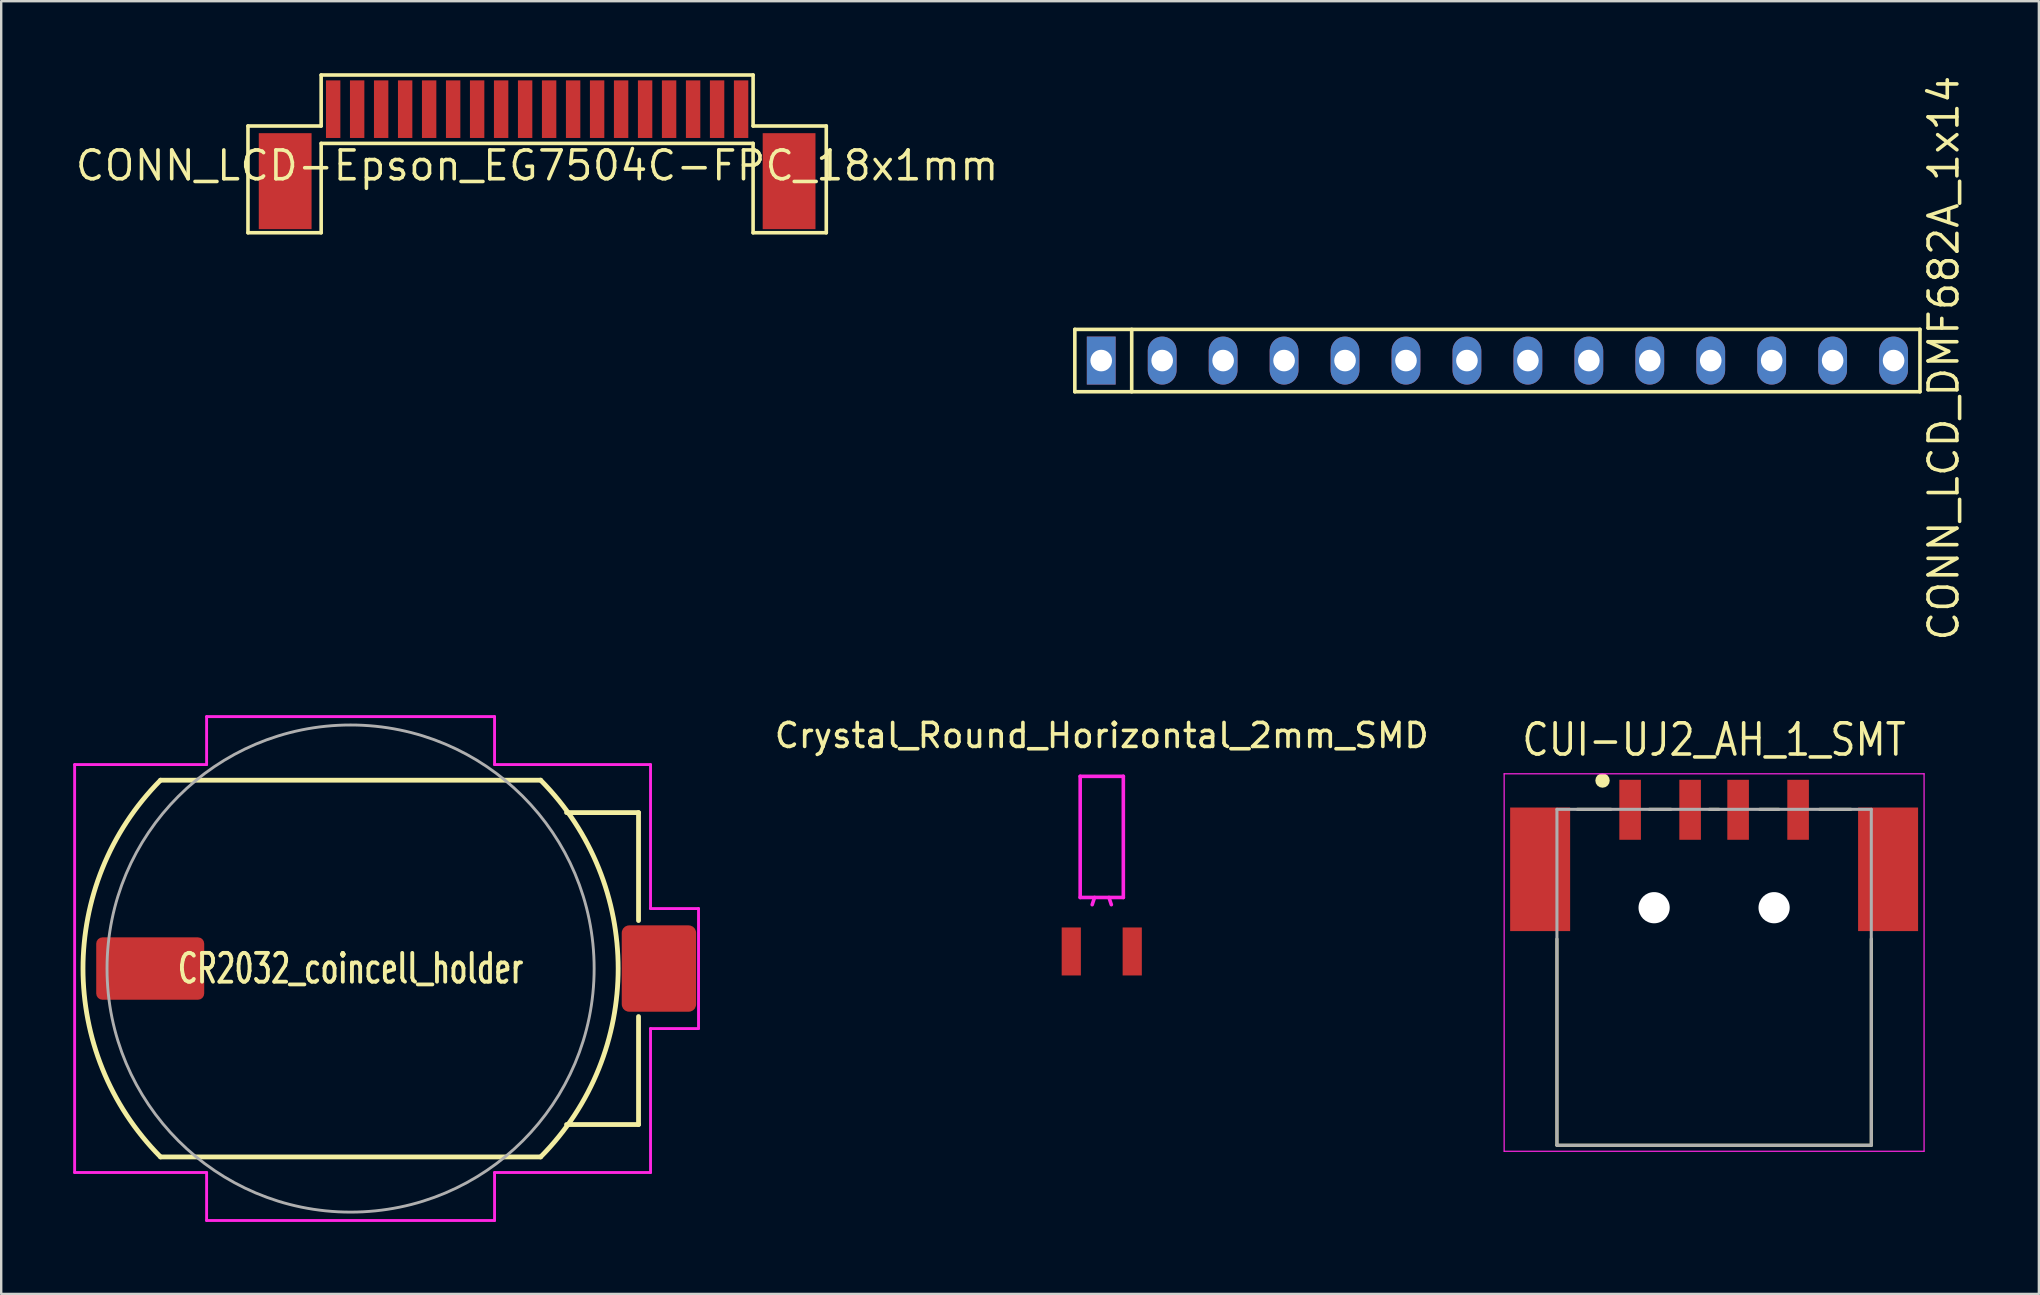
<source format=kicad_pcb>
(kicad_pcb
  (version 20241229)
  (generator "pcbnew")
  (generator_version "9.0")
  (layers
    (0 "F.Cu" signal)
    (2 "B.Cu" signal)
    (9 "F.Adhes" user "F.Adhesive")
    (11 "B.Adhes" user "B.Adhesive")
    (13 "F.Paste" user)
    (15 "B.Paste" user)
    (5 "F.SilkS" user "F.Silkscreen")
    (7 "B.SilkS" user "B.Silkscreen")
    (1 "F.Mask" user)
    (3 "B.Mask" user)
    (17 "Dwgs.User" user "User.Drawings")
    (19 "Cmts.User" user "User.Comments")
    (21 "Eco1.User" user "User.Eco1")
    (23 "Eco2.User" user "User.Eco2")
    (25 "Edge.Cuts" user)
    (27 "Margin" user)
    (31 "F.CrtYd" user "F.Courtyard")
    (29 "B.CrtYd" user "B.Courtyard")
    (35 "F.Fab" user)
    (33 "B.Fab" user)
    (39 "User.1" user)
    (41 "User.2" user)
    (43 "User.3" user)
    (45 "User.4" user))
  (footprint "CR2032_coincell_holder"
    (layer "F.Cu")
    (at 11.56 37.313)
    (property "Reference" "CR2032_coincell_holder" (at 0 0 0) (layer "F.SilkS") (effects (font (size 1.2 0.8) (thickness 0.16))))
    (attr smd)
    (fp_line (start -7.92 -7.85) (end 7.92 -7.85) (stroke (width 0.2) (type solid)) (layer "F.SilkS"))
    (fp_line (start -7.92 7.85) (end 7.92 7.85) (stroke (width 0.2) (type solid)) (layer "F.SilkS"))
    (fp_line (start 12 -6.5) (end 9 -6.5) (stroke (width 0.2) (type solid)) (layer "F.SilkS"))
    (fp_line (start 12 -6.5) (end 12 -2) (stroke (width 0.2) (type solid)) (layer "F.SilkS"))
    (fp_line (start 12 6.5) (end 9 6.5) (stroke (width 0.2) (type solid)) (layer "F.SilkS"))
    (fp_line (start 12 6.5) (end 12 2) (stroke (width 0.2) (type solid)) (layer "F.SilkS"))
    (fp_arc (start -7.918815 7.851195) (mid -11.151183 0.000841) (end -7.92 -7.85) (stroke (width 0.2) (type solid)) (layer "F.SilkS"))
    (fp_arc (start 7.918815 -7.851195) (mid 11.151183 -0.000841) (end 7.92 7.85) (stroke (width 0.2) (type solid)) (layer "F.SilkS"))
    (fp_line (start -11.5 -8.5) (end -6 -8.5) (stroke (width 0.12) (type solid)) (layer "F.CrtYd"))
    (fp_line (start -11.5 8.5) (end -11.5 -8.5) (stroke (width 0.12) (type solid)) (layer "F.CrtYd"))
    (fp_line (start -11.5 8.5) (end -6 8.5) (stroke (width 0.12) (type solid)) (layer "F.CrtYd"))
    (fp_line (start -6 -10.5) (end -6 -8.5) (stroke (width 0.12) (type solid)) (layer "F.CrtYd"))
    (fp_line (start -6 8.5) (end -6 10.5) (stroke (width 0.12) (type solid)) (layer "F.CrtYd"))
    (fp_line (start -6 10.5) (end 6 10.5) (stroke (width 0.12) (type solid)) (layer "F.CrtYd"))
    (fp_line (start 6 -10.5) (end -6 -10.5) (stroke (width 0.12) (type solid)) (layer "F.CrtYd"))
    (fp_line (start 6 -8.5) (end 6 -10.5) (stroke (width 0.12) (type solid)) (layer "F.CrtYd"))
    (fp_line (start 6 -8.5) (end 12.5 -8.5) (stroke (width 0.12) (type solid)) (layer "F.CrtYd"))
    (fp_line (start 6 10.5) (end 6 8.5) (stroke (width 0.12) (type solid)) (layer "F.CrtYd"))
    (fp_line (start 12.5 -2.5) (end 12.5 -8.5) (stroke (width 0.12) (type solid)) (layer "F.CrtYd"))
    (fp_line (start 12.5 2.5) (end 12.5 8.5) (stroke (width 0.12) (type solid)) (layer "F.CrtYd"))
    (fp_line (start 12.5 8.5) (end 6 8.5) (stroke (width 0.12) (type solid)) (layer "F.CrtYd"))
    (fp_line (start 14.5 -2.5) (end 12.5 -2.5) (stroke (width 0.12) (type solid)) (layer "F.CrtYd"))
    (fp_line (start 14.5 -2.5) (end 14.5 2.5) (stroke (width 0.12) (type solid)) (layer "F.CrtYd"))
    (fp_line (start 14.5 2.5) (end 12.5 2.5) (stroke (width 0.12) (type solid)) (layer "F.CrtYd"))
    (fp_circle (center 0 0) (end 10.15 0) (stroke (width 0.12) (type solid)) (fill no) (layer "F.Fab"))
    (pad "1" smd roundrect (at 12.85 0) (size 3.1 3.6) (layers "F.Cu" "F.Mask" "F.Paste") (roundrect_rratio 0.1))
    (pad "2" smd roundrect (at -8.35 0) (size 4.5 2.6) (layers "F.Cu" "F.Mask" "F.Paste") (roundrect_rratio 0.1)))
  (footprint "Crystal_Round_Horizontal_2mm_SMD"
    (layer "F.Cu")
    (at 42.864 35.601)
    (property "Reference" "Crystal_Round_Horizontal_2mm_SMD" (at 0 -8 0) (layer "F.SilkS") (effects (font (size 1 1) (thickness 0.15))))
    (attr through_hole)
    (fp_line (start -0.899 -6.299) (end -0.899 -1.25) (stroke (width 0.15) (type solid)) (layer "F.CrtYd"))
    (fp_line (start -0.3 -1.25) (end -0.399 -0.95) (stroke (width 0.15) (type solid)) (layer "F.CrtYd"))
    (fp_line (start 0.3 -1.25) (end 0.399 -0.95) (stroke (width 0.15) (type solid)) (layer "F.CrtYd"))
    (fp_line (start 0.899 -6.299) (end -0.899 -6.299) (stroke (width 0.15) (type solid)) (layer "F.CrtYd"))
    (fp_line (start 0.899 -1.25) (end -0.899 -1.25) (stroke (width 0.15) (type solid)) (layer "F.CrtYd"))
    (fp_line (start 0.899 -1.25) (end 0.899 -6.299) (stroke (width 0.15) (type solid)) (layer "F.CrtYd"))
    (pad "1" smd rect (at -1.27 1) (size 0.8 2) (layers "F.Cu" "F.Mask" "F.Paste"))
    (pad "2" smd rect (at 1.27 1) (size 0.8 2) (layers "F.Cu" "F.Mask" "F.Paste")))
  (footprint "CUI-UJ2_AH_1_SMT"
    (layer "F.Cu")
    (at 68.383 34.777)
    (property "Reference" "CUI-UJ2_AH_1_SMT" (at 0 -7 0) (layer "F.SilkS") (effects (font (size 1.3 1.1) (thickness 0.15))))
    (attr through_hole)
    (fp_line (start -6.55 1.3) (end -6.55 9.9) (stroke (width 0.127) (type solid)) (layer "F.SilkS"))
    (fp_line (start -6.55 9.9) (end 6.55 9.9) (stroke (width 0.127) (type solid)) (layer "F.SilkS"))
    (fp_line (start -4.3 -4.1) (end -5.7 -4.1) (stroke (width 0.127) (type solid)) (layer "F.SilkS"))
    (fp_line (start -2.7 -4.1) (end -1.8 -4.1) (stroke (width 0.127) (type solid)) (layer "F.SilkS"))
    (fp_line (start -0.2 -4.1) (end 0.2 -4.1) (stroke (width 0.127) (type solid)) (layer "F.SilkS"))
    (fp_line (start 1.9 -4.1) (end 2.7 -4.1) (stroke (width 0.127) (type solid)) (layer "F.SilkS"))
    (fp_line (start 4.4 -4.1) (end 5.7 -4.1) (stroke (width 0.127) (type solid)) (layer "F.SilkS"))
    (fp_line (start 6.55 9.9) (end 6.55 1.3) (stroke (width 0.127) (type solid)) (layer "F.SilkS"))
    (fp_circle (center -4.65 -5.3) (end -4.5 -5.3) (stroke (width 0.3) (type solid)) (fill no) (layer "F.SilkS"))
    (fp_line (start -8.75 -5.58) (end 8.75 -5.58) (stroke (width 0.05) (type solid)) (layer "F.CrtYd"))
    (fp_line (start -8.75 10.15) (end -8.75 -5.58) (stroke (width 0.05) (type solid)) (layer "F.CrtYd"))
    (fp_line (start 8.75 -5.58) (end 8.75 10.15) (stroke (width 0.05) (type solid)) (layer "F.CrtYd"))
    (fp_line (start 8.75 10.15) (end -8.75 10.15) (stroke (width 0.05) (type solid)) (layer "F.CrtYd"))
    (fp_line (start -6.55 -4.1) (end 6.55 -4.1) (stroke (width 0.127) (type solid)) (layer "F.Fab"))
    (fp_line (start -6.55 9.9) (end -6.55 -4.1) (stroke (width 0.127) (type solid)) (layer "F.Fab"))
    (fp_line (start 6.55 -4.1) (end 6.55 9.9) (stroke (width 0.127) (type solid)) (layer "F.Fab"))
    (fp_line (start 6.55 9.9) (end -6.55 9.9) (stroke (width 0.127) (type solid)) (layer "F.Fab"))
    (pad "" np_thru_hole circle (at -2.5 0) (size 1.3 1.3) (drill 1.3) (layers "*.Cu" "*.Mask"))
    (pad "" np_thru_hole circle (at 2.5 0) (size 1.3 1.3) (drill 1.3) (layers "*.Cu" "*.Mask"))
    (pad "1" smd rect (at -3.5 -4.08) (size 0.9 2.5) (layers "F.Cu" "F.Mask" "F.Paste"))
    (pad "2" smd rect (at -1 -4.08) (size 0.9 2.5) (layers "F.Cu" "F.Mask" "F.Paste"))
    (pad "3" smd rect (at 1 -4.08) (size 0.9 2.5) (layers "F.Cu" "F.Mask" "F.Paste"))
    (pad "4" smd rect (at 3.5 -4.08) (size 0.9 2.5) (layers "F.Cu" "F.Mask" "F.Paste"))
    (pad "S1" smd rect (at -7.25 -1.6) (size 2.5 5.15) (layers "F.Cu" "F.Mask" "F.Paste"))
    (pad "S2" smd rect (at 7.25 -1.6) (size 2.5 5.15) (layers "F.Cu" "F.Mask" "F.Paste")))
  (footprint "CONN_LCD-Epson_EG7504C-FPC_18x1mm"
    (layer "F.Cu")
    (at 19.334 1.5)
    (property "Reference" "CONN_LCD-Epson_EG7504C-FPC_18x1mm" (at 0 2.35 0) (layer "F.SilkS") (effects (font (size 1.2 1.2) (thickness 0.15))))
    (attr through_hole)
    (fp_line (start -12.05 0.7) (end -9 0.7) (stroke (width 0.15) (type solid)) (layer "F.SilkS"))
    (fp_line (start -12.05 5.15) (end -12.05 0.7) (stroke (width 0.15) (type solid)) (layer "F.SilkS"))
    (fp_line (start -9 -1.425) (end 9 -1.425) (stroke (width 0.15) (type solid)) (layer "F.SilkS"))
    (fp_line (start -9 0.7) (end -9 -1.425) (stroke (width 0.15) (type solid)) (layer "F.SilkS"))
    (fp_line (start -9 1.425) (end -9 5.15) (stroke (width 0.15) (type solid)) (layer "F.SilkS"))
    (fp_line (start -9 1.425) (end 9 1.425) (stroke (width 0.15) (type solid)) (layer "F.SilkS"))
    (fp_line (start -9 5.15) (end -12.05 5.15) (stroke (width 0.15) (type solid)) (layer "F.SilkS"))
    (fp_line (start 9 0.7) (end 9 -1.425) (stroke (width 0.15) (type solid)) (layer "F.SilkS"))
    (fp_line (start 9 1.425) (end 9 5.15) (stroke (width 0.15) (type solid)) (layer "F.SilkS"))
    (fp_line (start 9 5.15) (end 12.05 5.15) (stroke (width 0.15) (type solid)) (layer "F.SilkS"))
    (fp_line (start 12.05 0.7) (end 9 0.7) (stroke (width 0.15) (type solid)) (layer "F.SilkS"))
    (fp_line (start 12.05 5.15) (end 12.05 0.7) (stroke (width 0.15) (type solid)) (layer "F.SilkS"))
    (pad "0" smd rect (at -10.5 3) (size 2.2 4) (layers "F.Cu" "F.Mask" "F.Paste"))
    (pad "0" smd rect (at 10.5 3) (size 2.2 4) (layers "F.Cu" "F.Mask" "F.Paste"))
    (pad "1" smd rect (at -8.5 0) (size 0.6 2.4) (layers "F.Cu" "F.Mask" "F.Paste"))
    (pad "2" smd rect (at -7.5 0) (size 0.6 2.4) (layers "F.Cu" "F.Mask" "F.Paste"))
    (pad "3" smd rect (at -6.5 0) (size 0.6 2.4) (layers "F.Cu" "F.Mask" "F.Paste"))
    (pad "4" smd rect (at -5.5 0) (size 0.6 2.4) (layers "F.Cu" "F.Mask" "F.Paste"))
    (pad "5" smd rect (at -4.5 0) (size 0.6 2.4) (layers "F.Cu" "F.Mask" "F.Paste"))
    (pad "6" smd rect (at -3.5 0) (size 0.6 2.4) (layers "F.Cu" "F.Mask" "F.Paste"))
    (pad "7" smd rect (at -2.5 0) (size 0.6 2.4) (layers "F.Cu" "F.Mask" "F.Paste"))
    (pad "8" smd rect (at -1.5 0) (size 0.6 2.4) (layers "F.Cu" "F.Mask" "F.Paste"))
    (pad "9" smd rect (at -0.5 0) (size 0.6 2.4) (layers "F.Cu" "F.Mask" "F.Paste"))
    (pad "10" smd rect (at 0.5 0) (size 0.6 2.4) (layers "F.Cu" "F.Mask" "F.Paste"))
    (pad "11" smd rect (at 1.5 0) (size 0.6 2.4) (layers "F.Cu" "F.Mask" "F.Paste"))
    (pad "12" smd rect (at 2.5 0) (size 0.6 2.4) (layers "F.Cu" "F.Mask" "F.Paste"))
    (pad "13" smd rect (at 3.5 0) (size 0.6 2.4) (layers "F.Cu" "F.Mask" "F.Paste"))
    (pad "14" smd rect (at 4.5 0) (size 0.6 2.4) (layers "F.Cu" "F.Mask" "F.Paste"))
    (pad "15" smd rect (at 5.5 0) (size 0.6 2.4) (layers "F.Cu" "F.Mask" "F.Paste"))
    (pad "16" smd rect (at 6.5 0) (size 0.6 2.4) (layers "F.Cu" "F.Mask" "F.Paste"))
    (pad "17" smd rect (at 7.5 0) (size 0.6 2.4) (layers "F.Cu" "F.Mask" "F.Paste"))
    (pad "18" smd rect (at 8.5 0) (size 0.6 2.4) (layers "F.Cu" "F.Mask" "F.Paste")))
  (footprint "CONN_LCD_DMF682A_1x14"
    (layer "F.Cu")
    (at 59.352 11.976)
    (property "Reference" "CONN_LCD_DMF682A_1x14" (at 18.6 -0.1 90) (layer "F.SilkS") (effects (font (size 1.2 1.2) (thickness 0.15))))
    (attr through_hole)
    (fp_line (start -17.61 -1.3) (end 17.61 -1.3) (stroke (width 0.15) (type solid)) (layer "F.SilkS"))
    (fp_line (start -17.61 1.3) (end -17.61 -1.3) (stroke (width 0.15) (type solid)) (layer "F.SilkS"))
    (fp_line (start -15.24 -1.3) (end -15.24 1.3) (stroke (width 0.15) (type solid)) (layer "F.SilkS"))
    (fp_line (start 17.61 -1.3) (end 17.61 1.3) (stroke (width 0.15) (type solid)) (layer "F.SilkS"))
    (fp_line (start 17.61 1.3) (end -17.61 1.3) (stroke (width 0.15) (type solid)) (layer "F.SilkS"))
    (pad "1" thru_hole rect (at -16.51 0) (size 1.2 2) (drill 0.9) (layers "*.Cu" "*.Mask"))
    (pad "2" thru_hole oval (at -13.97 0) (size 1.2 2) (drill 0.9) (layers "*.Cu" "*.Mask"))
    (pad "3" thru_hole oval (at -11.43 0) (size 1.2 2) (drill 0.9) (layers "*.Cu" "*.Mask"))
    (pad "4" thru_hole oval (at -8.89 0) (size 1.2 2) (drill 0.9) (layers "*.Cu" "*.Mask"))
    (pad "5" thru_hole oval (at -6.35 0) (size 1.2 2) (drill 0.9) (layers "*.Cu" "*.Mask"))
    (pad "6" thru_hole oval (at -3.81 0) (size 1.2 2) (drill 0.9) (layers "*.Cu" "*.Mask"))
    (pad "7" thru_hole oval (at -1.27 0) (size 1.2 2) (drill 0.9) (layers "*.Cu" "*.Mask"))
    (pad "8" thru_hole oval (at 1.27 0) (size 1.2 2) (drill 0.9) (layers "*.Cu" "*.Mask"))
    (pad "9" thru_hole oval (at 3.81 0) (size 1.2 2) (drill 0.9) (layers "*.Cu" "*.Mask"))
    (pad "10" thru_hole oval (at 6.35 0) (size 1.2 2) (drill 0.9) (layers "*.Cu" "*.Mask"))
    (pad "11" thru_hole oval (at 8.89 0) (size 1.2 2) (drill 0.9) (layers "*.Cu" "*.Mask"))
    (pad "12" thru_hole oval (at 11.43 0) (size 1.2 2) (drill 0.9) (layers "*.Cu" "*.Mask"))
    (pad "13" thru_hole oval (at 13.97 0) (size 1.2 2) (drill 0.9) (layers "*.Cu" "*.Mask"))
    (pad "14" thru_hole oval (at 16.51 0) (size 1.2 2) (drill 0.9) (layers "*.Cu" "*.Mask")))
  (gr_rect
    (start -3 -3)
    (end 81.917 50.873)
    (stroke (width 0.1) (type default))
    (fill no)
    (layer "Edge.Cuts")))
</source>
